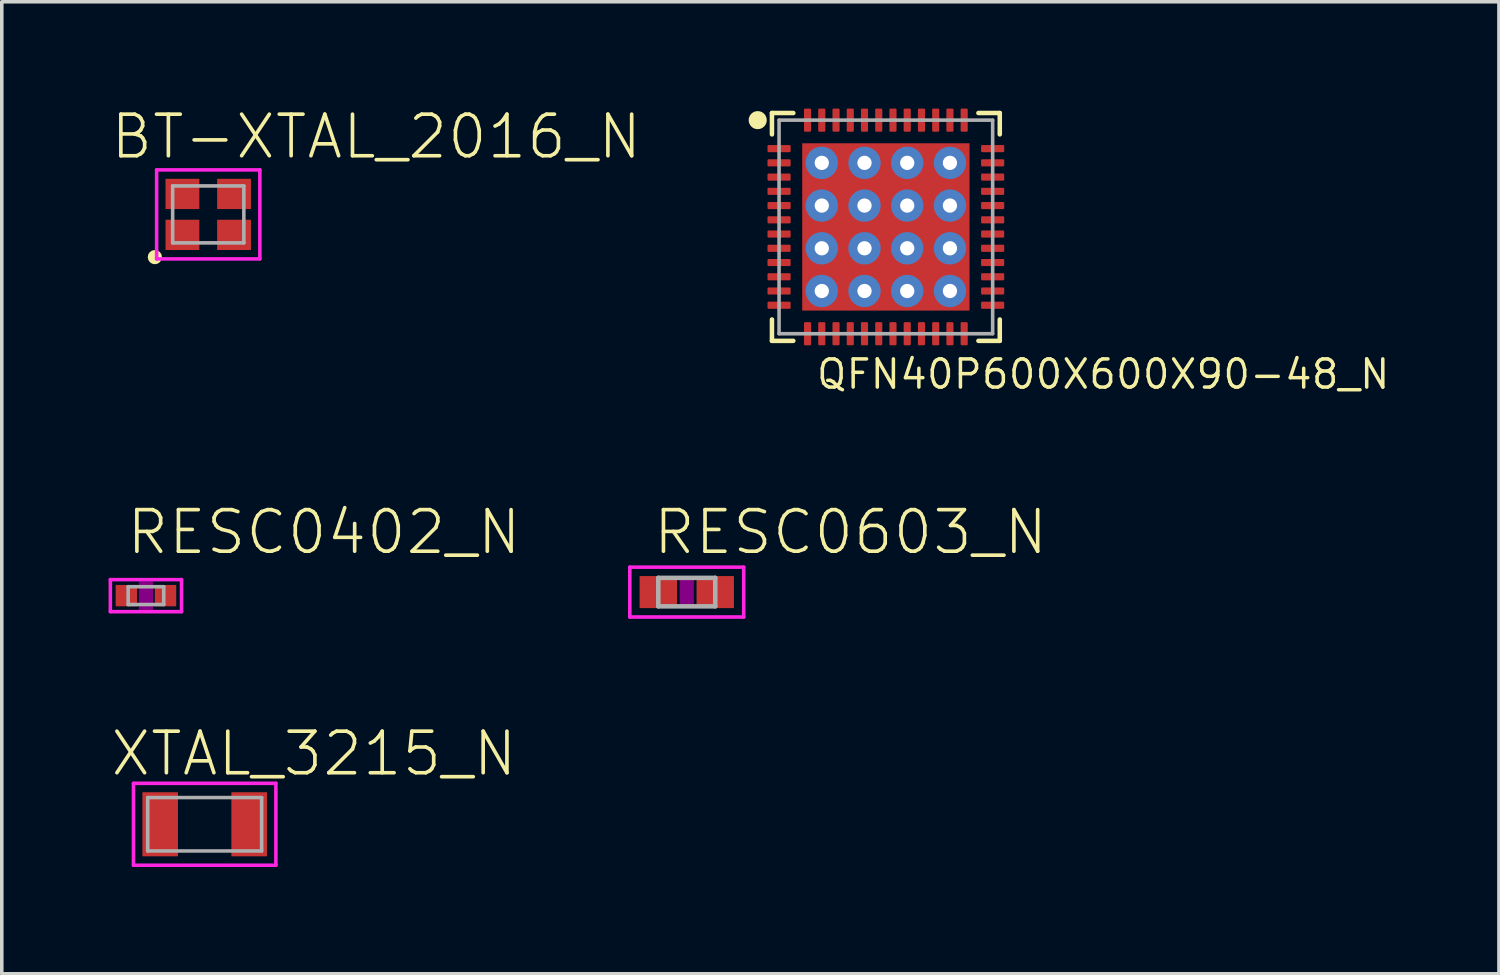
<source format=kicad_pcb>
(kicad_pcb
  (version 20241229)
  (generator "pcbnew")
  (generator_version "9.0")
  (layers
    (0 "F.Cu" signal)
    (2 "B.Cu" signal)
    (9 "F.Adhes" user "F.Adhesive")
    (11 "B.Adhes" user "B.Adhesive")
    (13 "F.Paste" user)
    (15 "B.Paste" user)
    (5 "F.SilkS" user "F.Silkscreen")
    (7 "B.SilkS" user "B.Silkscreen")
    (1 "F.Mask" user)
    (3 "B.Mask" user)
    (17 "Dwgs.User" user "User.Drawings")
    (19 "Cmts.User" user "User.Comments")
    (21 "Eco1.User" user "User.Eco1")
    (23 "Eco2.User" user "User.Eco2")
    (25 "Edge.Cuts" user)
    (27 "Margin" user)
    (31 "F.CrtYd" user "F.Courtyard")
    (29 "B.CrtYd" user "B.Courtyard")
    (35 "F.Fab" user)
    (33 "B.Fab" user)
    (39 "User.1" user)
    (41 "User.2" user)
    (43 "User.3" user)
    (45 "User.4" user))
  (footprint "QFN40P600X600X90-48_N"
    (layer "F.Cu")
    (at 21.836 3.325)
    (property "Reference" "QFN40P600X600X90-48_N" (at -2 4.6 0) (layer "F.SilkS") (effects (font (size 0.791 0.791) (thickness 0.098)) (justify left bottom)))
    (fp_line (start -3.2 -3.2) (end -3.2 -2.6) (stroke (width 0.127) (type solid)) (layer "F.SilkS"))
    (fp_line (start -3.2 2.6) (end -3.2 3.2) (stroke (width 0.127) (type solid)) (layer "F.SilkS"))
    (fp_line (start -3.2 3.2) (end -2.6 3.2) (stroke (width 0.127) (type solid)) (layer "F.SilkS"))
    (fp_line (start -2.6 -3.2) (end -3.2 -3.2) (stroke (width 0.127) (type solid)) (layer "F.SilkS"))
    (fp_line (start 2.6 3.2) (end 3.2 3.2) (stroke (width 0.127) (type solid)) (layer "F.SilkS"))
    (fp_line (start 3.2 -3.2) (end 2.6 -3.2) (stroke (width 0.127) (type solid)) (layer "F.SilkS"))
    (fp_line (start 3.2 -2.6) (end 3.2 -3.2) (stroke (width 0.127) (type solid)) (layer "F.SilkS"))
    (fp_line (start 3.2 3.2) (end 3.2 2.6) (stroke (width 0.127) (type solid)) (layer "F.SilkS"))
    (fp_circle (center -3.6 -3) (end -3.473 -3) (stroke (width 0.254) (type solid)) (fill yes) (layer "F.SilkS"))
    (fp_line (start -3 -3) (end -3 3) (stroke (width 0.1) (type solid)) (layer "F.Fab"))
    (fp_line (start -3 3) (end 3 3) (stroke (width 0.1) (type solid)) (layer "F.Fab"))
    (fp_line (start 3 -3) (end -3 -3) (stroke (width 0.1) (type solid)) (layer "F.Fab"))
    (fp_line (start 3 3) (end 3 -3) (stroke (width 0.1) (type solid)) (layer "F.Fab"))
    (pad "1" smd roundrect (at -3 -2.2) (size 0.65 0.2) (layers "F.Cu" "F.Mask" "F.Paste") (roundrect_rratio 0.15))
    (pad "2" smd roundrect (at -3 -1.8) (size 0.65 0.2) (layers "F.Cu" "F.Mask" "F.Paste") (roundrect_rratio 0.15))
    (pad "3" smd roundrect (at -3 -1.4) (size 0.65 0.2) (layers "F.Cu" "F.Mask" "F.Paste") (roundrect_rratio 0.15))
    (pad "4" smd roundrect (at -3 -1) (size 0.65 0.2) (layers "F.Cu" "F.Mask" "F.Paste") (roundrect_rratio 0.15))
    (pad "5" smd roundrect (at -3 -0.6) (size 0.65 0.2) (layers "F.Cu" "F.Mask" "F.Paste") (roundrect_rratio 0.15))
    (pad "6" smd roundrect (at -3 -0.2) (size 0.65 0.2) (layers "F.Cu" "F.Mask" "F.Paste") (roundrect_rratio 0.15))
    (pad "7" smd roundrect (at -3 0.2) (size 0.65 0.2) (layers "F.Cu" "F.Mask" "F.Paste") (roundrect_rratio 0.15))
    (pad "8" smd roundrect (at -3 0.6) (size 0.65 0.2) (layers "F.Cu" "F.Mask" "F.Paste") (roundrect_rratio 0.15))
    (pad "9" smd roundrect (at -3 1) (size 0.65 0.2) (layers "F.Cu" "F.Mask" "F.Paste") (roundrect_rratio 0.15))
    (pad "10" smd roundrect (at -3 1.4) (size 0.65 0.2) (layers "F.Cu" "F.Mask" "F.Paste") (roundrect_rratio 0.15))
    (pad "11" smd roundrect (at -3 1.8) (size 0.65 0.2) (layers "F.Cu" "F.Mask" "F.Paste") (roundrect_rratio 0.15))
    (pad "12" smd roundrect (at -3 2.2) (size 0.65 0.2) (layers "F.Cu" "F.Mask" "F.Paste") (roundrect_rratio 0.15))
    (pad "13" smd roundrect (at -2.2 3 90) (size 0.65 0.2) (layers "F.Cu" "F.Mask" "F.Paste") (roundrect_rratio 0.15))
    (pad "14" smd roundrect (at -1.8 3 90) (size 0.65 0.2) (layers "F.Cu" "F.Mask" "F.Paste") (roundrect_rratio 0.15))
    (pad "15" smd roundrect (at -1.4 3 90) (size 0.65 0.2) (layers "F.Cu" "F.Mask" "F.Paste") (roundrect_rratio 0.15))
    (pad "16" smd roundrect (at -1 3 90) (size 0.65 0.2) (layers "F.Cu" "F.Mask" "F.Paste") (roundrect_rratio 0.15))
    (pad "17" smd roundrect (at -0.6 3 90) (size 0.65 0.2) (layers "F.Cu" "F.Mask" "F.Paste") (roundrect_rratio 0.15))
    (pad "18" smd roundrect (at -0.2 3 90) (size 0.65 0.2) (layers "F.Cu" "F.Mask" "F.Paste") (roundrect_rratio 0.15))
    (pad "19" smd roundrect (at 0.2 3 90) (size 0.65 0.2) (layers "F.Cu" "F.Mask" "F.Paste") (roundrect_rratio 0.15))
    (pad "20" smd roundrect (at 0.6 3 90) (size 0.65 0.2) (layers "F.Cu" "F.Mask" "F.Paste") (roundrect_rratio 0.15))
    (pad "21" smd roundrect (at 1 3 90) (size 0.65 0.2) (layers "F.Cu" "F.Mask" "F.Paste") (roundrect_rratio 0.15))
    (pad "22" smd roundrect (at 1.4 3 90) (size 0.65 0.2) (layers "F.Cu" "F.Mask" "F.Paste") (roundrect_rratio 0.15))
    (pad "23" smd roundrect (at 1.8 3 90) (size 0.65 0.2) (layers "F.Cu" "F.Mask" "F.Paste") (roundrect_rratio 0.15))
    (pad "24" smd roundrect (at 2.2 3 90) (size 0.65 0.2) (layers "F.Cu" "F.Mask" "F.Paste") (roundrect_rratio 0.15))
    (pad "25" smd roundrect (at 3 2.2 180) (size 0.65 0.2) (layers "F.Cu" "F.Mask" "F.Paste") (roundrect_rratio 0.15))
    (pad "26" smd roundrect (at 3 1.8 180) (size 0.65 0.2) (layers "F.Cu" "F.Mask" "F.Paste") (roundrect_rratio 0.15))
    (pad "27" smd roundrect (at 3 1.4 180) (size 0.65 0.2) (layers "F.Cu" "F.Mask" "F.Paste") (roundrect_rratio 0.15))
    (pad "28" smd roundrect (at 3 1 180) (size 0.65 0.2) (layers "F.Cu" "F.Mask" "F.Paste") (roundrect_rratio 0.15))
    (pad "29" smd roundrect (at 3 0.6 180) (size 0.65 0.2) (layers "F.Cu" "F.Mask" "F.Paste") (roundrect_rratio 0.15))
    (pad "30" smd roundrect (at 3 0.2 180) (size 0.65 0.2) (layers "F.Cu" "F.Mask" "F.Paste") (roundrect_rratio 0.15))
    (pad "31" smd roundrect (at 3 -0.2 180) (size 0.65 0.2) (layers "F.Cu" "F.Mask" "F.Paste") (roundrect_rratio 0.15))
    (pad "32" smd roundrect (at 3 -0.6 180) (size 0.65 0.2) (layers "F.Cu" "F.Mask" "F.Paste") (roundrect_rratio 0.15))
    (pad "33" smd roundrect (at 3 -1 180) (size 0.65 0.2) (layers "F.Cu" "F.Mask" "F.Paste") (roundrect_rratio 0.15))
    (pad "34" smd roundrect (at 3 -1.4 180) (size 0.65 0.2) (layers "F.Cu" "F.Mask" "F.Paste") (roundrect_rratio 0.15))
    (pad "35" smd roundrect (at 3 -1.8 180) (size 0.65 0.2) (layers "F.Cu" "F.Mask" "F.Paste") (roundrect_rratio 0.15))
    (pad "36" smd roundrect (at 3 -2.2 180) (size 0.65 0.2) (layers "F.Cu" "F.Mask" "F.Paste") (roundrect_rratio 0.15))
    (pad "37" smd roundrect (at 2.2 -3 270) (size 0.65 0.2) (layers "F.Cu" "F.Mask" "F.Paste") (roundrect_rratio 0.15))
    (pad "38" smd roundrect (at 1.8 -3 270) (size 0.65 0.2) (layers "F.Cu" "F.Mask" "F.Paste") (roundrect_rratio 0.15))
    (pad "39" smd roundrect (at 1.4 -3 270) (size 0.65 0.2) (layers "F.Cu" "F.Mask" "F.Paste") (roundrect_rratio 0.15))
    (pad "40" smd roundrect (at 1 -3 270) (size 0.65 0.2) (layers "F.Cu" "F.Mask" "F.Paste") (roundrect_rratio 0.15))
    (pad "41" smd roundrect (at 0.6 -3 270) (size 0.65 0.2) (layers "F.Cu" "F.Mask" "F.Paste") (roundrect_rratio 0.15))
    (pad "42" smd roundrect (at 0.2 -3 270) (size 0.65 0.2) (layers "F.Cu" "F.Mask" "F.Paste") (roundrect_rratio 0.15))
    (pad "43" smd roundrect (at -0.2 -3 270) (size 0.65 0.2) (layers "F.Cu" "F.Mask" "F.Paste") (roundrect_rratio 0.15))
    (pad "44" smd roundrect (at -0.6 -3 270) (size 0.65 0.2) (layers "F.Cu" "F.Mask" "F.Paste") (roundrect_rratio 0.15))
    (pad "45" smd roundrect (at -1 -3 270) (size 0.65 0.2) (layers "F.Cu" "F.Mask" "F.Paste") (roundrect_rratio 0.15))
    (pad "46" smd roundrect (at -1.4 -3 270) (size 0.65 0.2) (layers "F.Cu" "F.Mask" "F.Paste") (roundrect_rratio 0.15))
    (pad "47" smd roundrect (at -1.8 -3 270) (size 0.65 0.2) (layers "F.Cu" "F.Mask" "F.Paste") (roundrect_rratio 0.15))
    (pad "48" smd roundrect (at -2.2 -3 270) (size 0.65 0.2) (layers "F.Cu" "F.Mask" "F.Paste") (roundrect_rratio 0.15))
    (pad "PAD" smd rect (at 0 0 270) (size 4.7 4.7) (layers "F.Cu" "F.Mask" "F.Paste"))
    (pad "PAD@VIA01" thru_hole circle (at -1.8 -1.8 180) (size 0.908 0.908) (drill 0.4) (layers "*.Cu" "*.Mask"))
    (pad "PAD@VIA02" thru_hole circle (at -1.8 -0.6 90) (size 0.908 0.908) (drill 0.4) (layers "*.Cu" "*.Mask"))
    (pad "PAD@VIA03" thru_hole circle (at -1.8 0.6 90) (size 0.908 0.908) (drill 0.4) (layers "*.Cu" "*.Mask"))
    (pad "PAD@VIA04" thru_hole circle (at -1.8 1.8 90) (size 0.908 0.908) (drill 0.4) (layers "*.Cu" "*.Mask"))
    (pad "PAD@VIA05" thru_hole circle (at -0.6 -1.8 90) (size 0.908 0.908) (drill 0.4) (layers "*.Cu" "*.Mask"))
    (pad "PAD@VIA06" thru_hole circle (at -0.6 -0.6 90) (size 0.908 0.908) (drill 0.4) (layers "*.Cu" "*.Mask"))
    (pad "PAD@VIA07" thru_hole circle (at -0.6 0.6 90) (size 0.908 0.908) (drill 0.4) (layers "*.Cu" "*.Mask"))
    (pad "PAD@VIA08" thru_hole circle (at -0.6 1.8 90) (size 0.908 0.908) (drill 0.4) (layers "*.Cu" "*.Mask"))
    (pad "PAD@VIA09" thru_hole circle (at 0.6 -1.8 90) (size 0.908 0.908) (drill 0.4) (layers "*.Cu" "*.Mask"))
    (pad "PAD@VIA10" thru_hole circle (at 0.6 -0.6 90) (size 0.908 0.908) (drill 0.4) (layers "*.Cu" "*.Mask"))
    (pad "PAD@VIA11" thru_hole circle (at 0.6 0.6 90) (size 0.908 0.908) (drill 0.4) (layers "*.Cu" "*.Mask"))
    (pad "PAD@VIA12" thru_hole circle (at 0.6 1.8 90) (size 0.908 0.908) (drill 0.4) (layers "*.Cu" "*.Mask"))
    (pad "PAD@VIA13" thru_hole circle (at 1.8 -1.8 90) (size 0.908 0.908) (drill 0.4) (layers "*.Cu" "*.Mask"))
    (pad "PAD@VIA14" thru_hole circle (at 1.8 -0.6 90) (size 0.908 0.908) (drill 0.4) (layers "*.Cu" "*.Mask"))
    (pad "PAD@VIA15" thru_hole circle (at 1.8 0.6 90) (size 0.908 0.908) (drill 0.4) (layers "*.Cu" "*.Mask"))
    (pad "PAD@VIA16" thru_hole circle (at 1.8 1.8 90) (size 0.908 0.908) (drill 0.4) (layers "*.Cu" "*.Mask")))
  (footprint "BT-XTAL_2016_N"
    (layer "F.Cu")
    (at 2.8 2.973)
    (property "Reference" "BT-XTAL_2016_N" (at -2.8 -1.5 0) (layer "F.SilkS") (effects (font (size 1.168 1.168) (thickness 0.102)) (justify left bottom)))
    (fp_circle (center -1.5 1.2) (end -1.4 1.2) (stroke (width 0.2) (type solid)) (fill no) (layer "F.SilkS"))
    (fp_line (start -1.45 -1.25) (end -1.45 1.25) (stroke (width 0.1) (type solid)) (layer "F.CrtYd"))
    (fp_line (start -1.45 1.25) (end 1.45 1.25) (stroke (width 0.1) (type solid)) (layer "F.CrtYd"))
    (fp_line (start 1.45 -1.25) (end -1.45 -1.25) (stroke (width 0.1) (type solid)) (layer "F.CrtYd"))
    (fp_line (start 1.45 1.25) (end 1.45 -1.25) (stroke (width 0.1) (type solid)) (layer "F.CrtYd"))
    (fp_line (start -1 -0.8) (end -1 0.8) (stroke (width 0.1) (type solid)) (layer "F.Fab"))
    (fp_line (start -1 0.8) (end 1 0.8) (stroke (width 0.1) (type solid)) (layer "F.Fab"))
    (fp_line (start 1 -0.8) (end -1 -0.8) (stroke (width 0.1) (type solid)) (layer "F.Fab"))
    (fp_line (start 1 0.8) (end 1 -0.8) (stroke (width 0.1) (type solid)) (layer "F.Fab"))
    (pad "1" smd rect (at -0.725 0.575) (size 0.95 0.85) (layers "F.Cu" "F.Mask" "F.Paste"))
    (pad "2" smd rect (at 0.725 0.575) (size 0.95 0.85) (layers "F.Cu" "F.Mask" "F.Paste"))
    (pad "3" smd rect (at 0.725 -0.575) (size 0.95 0.85) (layers "F.Cu" "F.Mask" "F.Paste"))
    (pad "4" smd rect (at -0.725 -0.575) (size 0.95 0.85) (layers "F.Cu" "F.Mask" "F.Paste")))
  (footprint "XTAL_3215_N"
    (layer "F.Cu")
    (at 2.7 20.106)
    (property "Reference" "XTAL_3215_N" (at -2.7 -1.3 0) (layer "F.SilkS") (effects (font (size 1.168 1.168) (thickness 0.102)) (justify left bottom)))
    (fp_line (start -2 -1.15) (end -2 1.15) (stroke (width 0.1) (type solid)) (layer "F.CrtYd"))
    (fp_line (start -2 1.15) (end 2 1.15) (stroke (width 0.1) (type solid)) (layer "F.CrtYd"))
    (fp_line (start 2 -1.15) (end -2 -1.15) (stroke (width 0.1) (type solid)) (layer "F.CrtYd"))
    (fp_line (start 2 1.15) (end 2 -1.15) (stroke (width 0.1) (type solid)) (layer "F.CrtYd"))
    (fp_line (start -1.6 -0.75) (end -1.6 0.75) (stroke (width 0.1) (type solid)) (layer "F.Fab"))
    (fp_line (start -1.6 0.75) (end 1.6 0.75) (stroke (width 0.1) (type solid)) (layer "F.Fab"))
    (fp_line (start 1.6 -0.75) (end -1.6 -0.75) (stroke (width 0.1) (type solid)) (layer "F.Fab"))
    (fp_line (start 1.6 0.75) (end 1.6 -0.75) (stroke (width 0.1) (type solid)) (layer "F.Fab"))
    (pad "1" smd rect (at -1.25 0) (size 1 1.8) (layers "F.Cu" "F.Mask" "F.Paste"))
    (pad "2" smd rect (at 1.25 0) (size 1 1.8) (layers "F.Cu" "F.Mask" "F.Paste")))
  (footprint "RESC0603_N"
    (layer "F.Cu")
    (at 16.243 13.583)
    (property "Reference" "RESC0603_N" (at -1 -1 0) (layer "F.SilkS") (effects (font (size 1.168 1.168) (thickness 0.102)) (justify left bottom)))
    (fp_poly (pts (xy -0.2 0.4) (xy 0.2 0.4) (xy 0.2 -0.4) (xy -0.2 -0.4)) (stroke (width 0) (type default)) (fill yes) (layer "F.Adhes"))
    (fp_line (start -1.6 -0.7) (end -1.6 0.7) (stroke (width 0.1) (type solid)) (layer "F.CrtYd"))
    (fp_line (start -1.6 0.7) (end 1.6 0.7) (stroke (width 0.1) (type solid)) (layer "F.CrtYd"))
    (fp_line (start 1.6 -0.7) (end -1.6 -0.7) (stroke (width 0.1) (type solid)) (layer "F.CrtYd"))
    (fp_line (start 1.6 0.7) (end 1.6 -0.7) (stroke (width 0.1) (type solid)) (layer "F.CrtYd"))
    (fp_line (start -0.8 -0.4) (end 0.8 -0.4) (stroke (width 0.127) (type solid)) (layer "F.Fab"))
    (fp_line (start -0.8 0.4) (end -0.8 -0.4) (stroke (width 0.127) (type solid)) (layer "F.Fab"))
    (fp_line (start 0.8 -0.4) (end 0.8 0.4) (stroke (width 0.127) (type solid)) (layer "F.Fab"))
    (fp_line (start 0.8 0.4) (end -0.8 0.4) (stroke (width 0.127) (type solid)) (layer "F.Fab"))
    (pad "1" smd rect (at -0.8 0) (size 1.05 0.9) (layers "F.Cu" "F.Mask" "F.Paste"))
    (pad "2" smd rect (at 0.8 0) (size 1.05 0.9) (layers "F.Cu" "F.Mask" "F.Paste")))
  (footprint "RESC0402_N"
    (layer "F.Cu")
    (at 1.05 13.683)
    (property "Reference" "RESC0402_N" (at -0.6 -1.1 0) (layer "F.SilkS") (effects (font (size 1.168 1.168) (thickness 0.102)) (justify left bottom)))
    (fp_poly (pts (xy -0.2 0.4) (xy 0.2 0.4) (xy 0.2 -0.4) (xy -0.2 -0.4)) (stroke (width 0) (type default)) (fill yes) (layer "F.Adhes"))
    (fp_line (start -1 -0.45) (end -1 0.45) (stroke (width 0.1) (type solid)) (layer "F.CrtYd"))
    (fp_line (start -1 0.45) (end 1 0.45) (stroke (width 0.1) (type solid)) (layer "F.CrtYd"))
    (fp_line (start 1 -0.45) (end -1 -0.45) (stroke (width 0.1) (type solid)) (layer "F.CrtYd"))
    (fp_line (start 1 0.45) (end 1 -0.45) (stroke (width 0.1) (type solid)) (layer "F.CrtYd"))
    (fp_line (start -0.5 -0.25) (end 0.5 -0.25) (stroke (width 0.1) (type solid)) (layer "F.Fab"))
    (fp_line (start -0.5 0.25) (end -0.5 -0.25) (stroke (width 0.1) (type solid)) (layer "F.Fab"))
    (fp_line (start 0.5 -0.25) (end 0.5 0.25) (stroke (width 0.1) (type solid)) (layer "F.Fab"))
    (fp_line (start 0.5 0.25) (end -0.5 0.25) (stroke (width 0.1) (type solid)) (layer "F.Fab"))
    (pad "1" smd rect (at -0.55 0) (size 0.6 0.6) (layers "F.Cu" "F.Mask" "F.Paste"))
    (pad "2" smd rect (at 0.55 0) (size 0.6 0.6) (layers "F.Cu" "F.Mask" "F.Paste")))
  (gr_rect
    (start -3 -3)
    (end 39.059 24.306)
    (stroke (width 0.1) (type default))
    (fill no)
    (layer "Edge.Cuts")))
</source>
